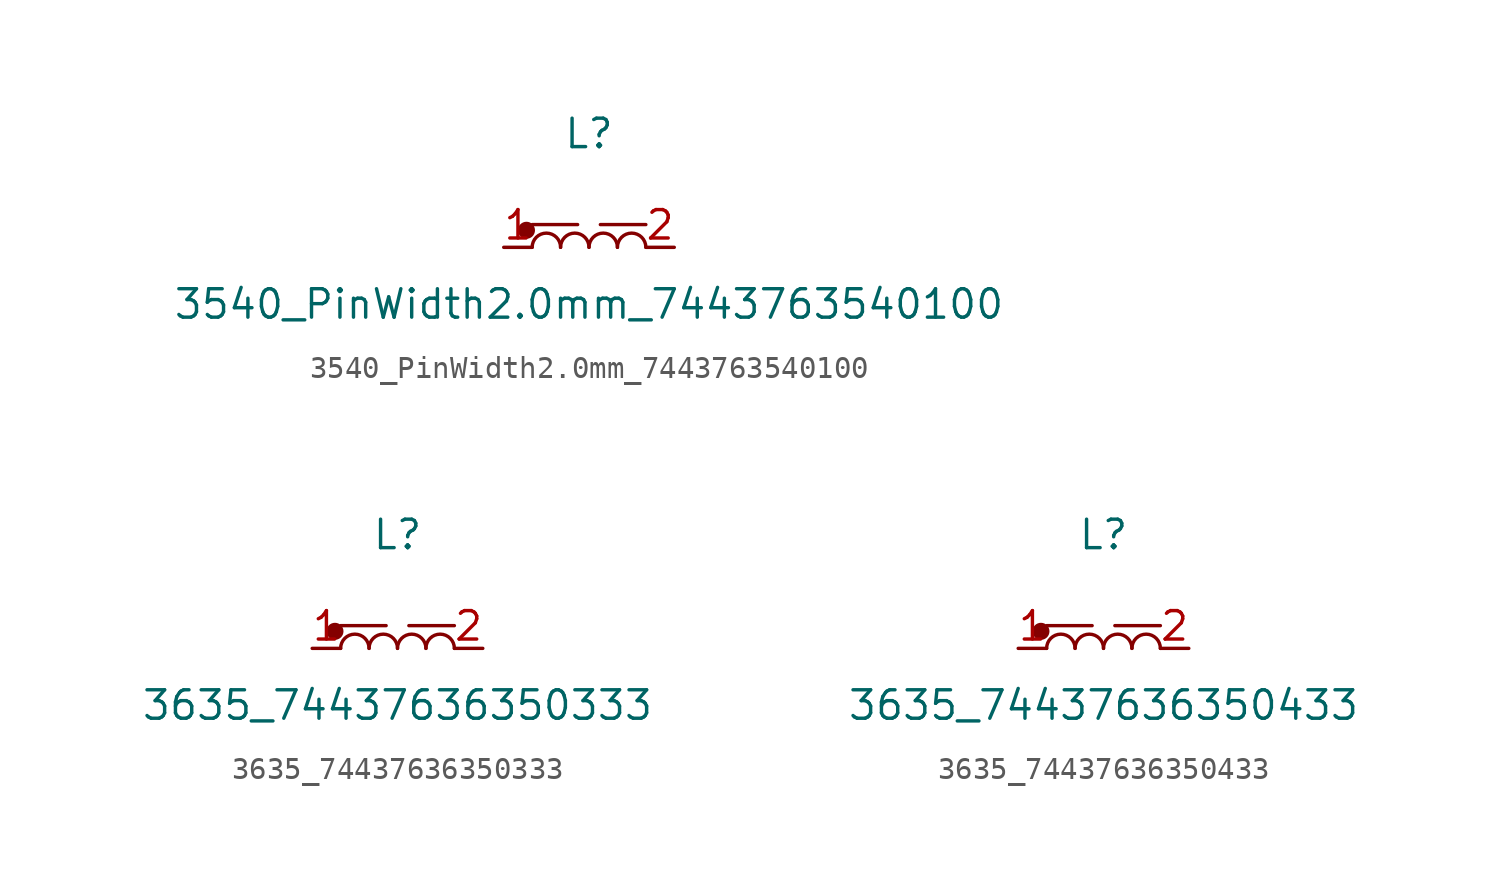
<source format=kicad_sym>
(kicad_symbol_lib
  (version 20220914)
  (generator kicad_symbol_editor)
  (symbol "3540_PinWidth2.0mm_7443763540100"
    (pin_names hide)
    (property "Reference" "L"
      (at 0 5.08 0)
      (effects (font (size 1.27 1.27))))
    (property "Value" "3540_PinWidth2.0mm_7443763540100"
      (at 0 -2.54 0)
      (effects (font (size 1.27 1.27))))
    (symbol "3540_PinWidth2.0mm_7443763540100_0_1"
      (arc (start -1.27 0) (mid -1.905 0.6323) (end -2.54 0) (stroke (width 0) (type default)) (fill (type none)))
      (arc (start 0 0) (mid -0.635 0.6323) (end -1.27 0) (stroke (width 0) (type default)) (fill (type none)))
      (polyline (pts (xy -2.54 1.016) (xy -0.508 1.016)) (stroke (width 0) (type default)) (fill (type none)))
      (arc (start 1.27 0) (mid 0.635 0.6323) (end 0 0) (stroke (width 0) (type default)) (fill (type none)))
      (arc (start 2.54 0) (mid 1.905 0.6323) (end 1.27 0) (stroke (width 0) (type default)) (fill (type none))))
    (symbol "3540_PinWidth2.0mm_7443763540100_1_1"
      (circle (center -2.794 0.762) (radius 0.0001) (stroke (width 0.381) (type default)) (fill (type none)))
      (polyline (pts (xy 2.54 1.016) (xy 0.508 1.016)) (stroke (width 0) (type default)) (fill (type none)))
      (pin passive line (at -3.81 0 0) (length 1.27) (name "1" (effects (font (size 1.27 1.27)))) (number "1" (effects (font (size 1.27 1.27)))))
      (pin passive line (at 3.81 0 180) (length 1.27) (name "2" (effects (font (size 1.27 1.27)))) (number "2" (effects (font (size 1.27 1.27)))))))
  (symbol "3635_74437636350333"
    (pin_names hide)
    (property "Reference" "L"
      (at 0 5.08 0)
      (effects (font (size 1.27 1.27))))
    (property "Value" "3635_74437636350333"
      (at 0 -2.54 0)
      (effects (font (size 1.27 1.27))))
    (symbol "3635_74437636350333_0_1"
      (arc (start -1.27 0) (mid -1.905 0.6323) (end -2.54 0) (stroke (width 0) (type default)) (fill (type none)))
      (arc (start 0 0) (mid -0.635 0.6323) (end -1.27 0) (stroke (width 0) (type default)) (fill (type none)))
      (polyline (pts (xy -2.54 1.016) (xy -0.508 1.016)) (stroke (width 0) (type default)) (fill (type none)))
      (arc (start 1.27 0) (mid 0.635 0.6323) (end 0 0) (stroke (width 0) (type default)) (fill (type none)))
      (arc (start 2.54 0) (mid 1.905 0.6323) (end 1.27 0) (stroke (width 0) (type default)) (fill (type none))))
    (symbol "3635_74437636350333_1_1"
      (circle (center -2.794 0.762) (radius 0.0001) (stroke (width 0.381) (type default)) (fill (type none)))
      (polyline (pts (xy 2.54 1.016) (xy 0.508 1.016)) (stroke (width 0) (type default)) (fill (type none)))
      (pin passive line (at -3.81 0 0) (length 1.27) (name "1" (effects (font (size 1.27 1.27)))) (number "1" (effects (font (size 1.27 1.27)))))
      (pin passive line (at 3.81 0 180) (length 1.27) (name "2" (effects (font (size 1.27 1.27)))) (number "2" (effects (font (size 1.27 1.27)))))))
  (symbol "3635_74437636350433"
    (pin_names hide)
    (property "Reference" "L"
      (at 0 5.08 0)
      (effects (font (size 1.27 1.27))))
    (property "Value" "3635_74437636350433"
      (at 0 -2.54 0)
      (effects (font (size 1.27 1.27))))
    (symbol "3635_74437636350433_0_1"
      (arc (start -1.27 0) (mid -1.905 0.6323) (end -2.54 0) (stroke (width 0) (type default)) (fill (type none)))
      (arc (start 0 0) (mid -0.635 0.6323) (end -1.27 0) (stroke (width 0) (type default)) (fill (type none)))
      (polyline (pts (xy -2.54 1.016) (xy -0.508 1.016)) (stroke (width 0) (type default)) (fill (type none)))
      (arc (start 1.27 0) (mid 0.635 0.6323) (end 0 0) (stroke (width 0) (type default)) (fill (type none)))
      (arc (start 2.54 0) (mid 1.905 0.6323) (end 1.27 0) (stroke (width 0) (type default)) (fill (type none))))
    (symbol "3635_74437636350433_1_1"
      (circle (center -2.794 0.762) (radius 0.0001) (stroke (width 0.381) (type default)) (fill (type none)))
      (polyline (pts (xy 2.54 1.016) (xy 0.508 1.016)) (stroke (width 0) (type default)) (fill (type none)))
      (pin passive line (at -3.81 0 0) (length 1.27) (name "1" (effects (font (size 1.27 1.27)))) (number "1" (effects (font (size 1.27 1.27)))))
      (pin passive line (at 3.81 0 180) (length 1.27) (name "2" (effects (font (size 1.27 1.27)))) (number "2" (effects (font (size 1.27 1.27))))))))
</source>
